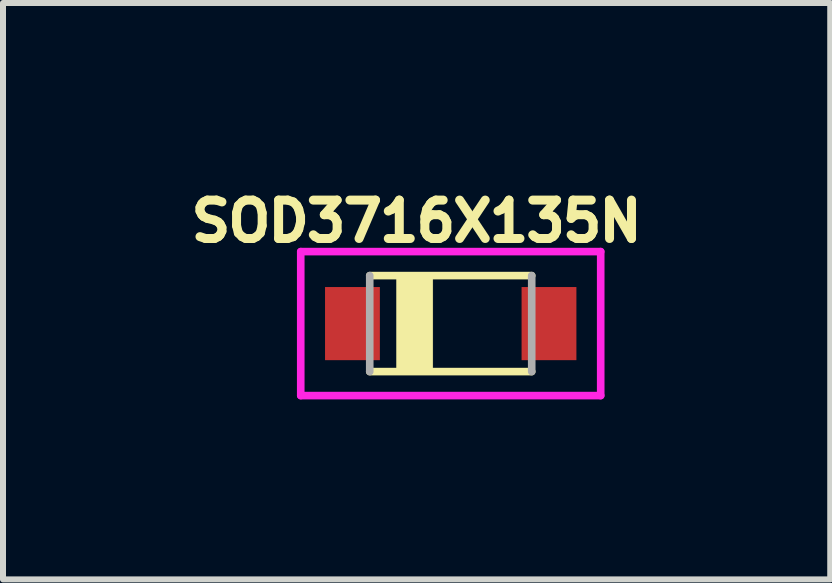
<source format=kicad_pcb>
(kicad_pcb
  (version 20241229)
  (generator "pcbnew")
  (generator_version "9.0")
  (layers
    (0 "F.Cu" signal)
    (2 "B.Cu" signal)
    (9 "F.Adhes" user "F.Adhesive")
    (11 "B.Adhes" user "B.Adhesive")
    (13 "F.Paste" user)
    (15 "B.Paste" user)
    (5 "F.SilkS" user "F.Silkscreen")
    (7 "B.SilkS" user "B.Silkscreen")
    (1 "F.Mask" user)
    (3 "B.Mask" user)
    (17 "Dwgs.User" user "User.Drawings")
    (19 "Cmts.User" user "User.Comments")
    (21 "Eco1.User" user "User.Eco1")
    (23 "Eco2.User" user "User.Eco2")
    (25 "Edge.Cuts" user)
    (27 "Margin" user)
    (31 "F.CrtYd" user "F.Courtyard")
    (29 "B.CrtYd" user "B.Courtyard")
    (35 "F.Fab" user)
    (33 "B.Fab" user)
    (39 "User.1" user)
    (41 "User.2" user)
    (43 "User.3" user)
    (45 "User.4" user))
  (footprint "SOD3716X135N"
    (layer "F.Cu")
    (at 4.463 2.344)
    (property "Reference" "SOD3716X135N" (at -0.568 -1.707 0) (layer "F.SilkS") (effects (font (size 0.64 0.64) (thickness 0.15))))
    (attr through_hole)
    (fp_line (start -1.35 -0.8) (end 1.35 -0.8) (stroke (width 0.127) (type solid)) (layer "F.SilkS"))
    (fp_line (start 1.35 0.8) (end -1.35 0.8) (stroke (width 0.127) (type solid)) (layer "F.SilkS"))
    (fp_poly (pts (xy -0.901 -0.8) (xy -0.3 -0.8) (xy -0.3 0.801) (xy -0.901 0.801)) (stroke (width 0.01) (type solid)) (fill yes) (layer "F.SilkS"))
    (fp_line (start -2.5 -1.2) (end -2.5 1.2) (stroke (width 0.127) (type solid)) (layer "F.CrtYd"))
    (fp_line (start -2.5 1.2) (end 2.5 1.2) (stroke (width 0.127) (type solid)) (layer "F.CrtYd"))
    (fp_line (start 2.5 -1.2) (end -2.5 -1.2) (stroke (width 0.127) (type solid)) (layer "F.CrtYd"))
    (fp_line (start 2.5 1.2) (end 2.5 -1.2) (stroke (width 0.127) (type solid)) (layer "F.CrtYd"))
    (fp_line (start -1.35 0.8) (end -1.35 -0.8) (stroke (width 0.127) (type solid)) (layer "F.Fab"))
    (fp_line (start 1.35 -0.8) (end 1.35 0.8) (stroke (width 0.127) (type solid)) (layer "F.Fab"))
    (pad "1" smd rect (at 1.638 0) (size 0.914 1.219) (layers "F.Cu" "F.Mask" "F.Paste"))
    (pad "2" smd rect (at -1.638 0) (size 0.914 1.219) (layers "F.Cu" "F.Mask" "F.Paste")))
  (gr_rect
    (start -3 -3)
    (end 10.789 6.608)
    (stroke (width 0.1) (type default))
    (fill no)
    (layer "Edge.Cuts")))
</source>
